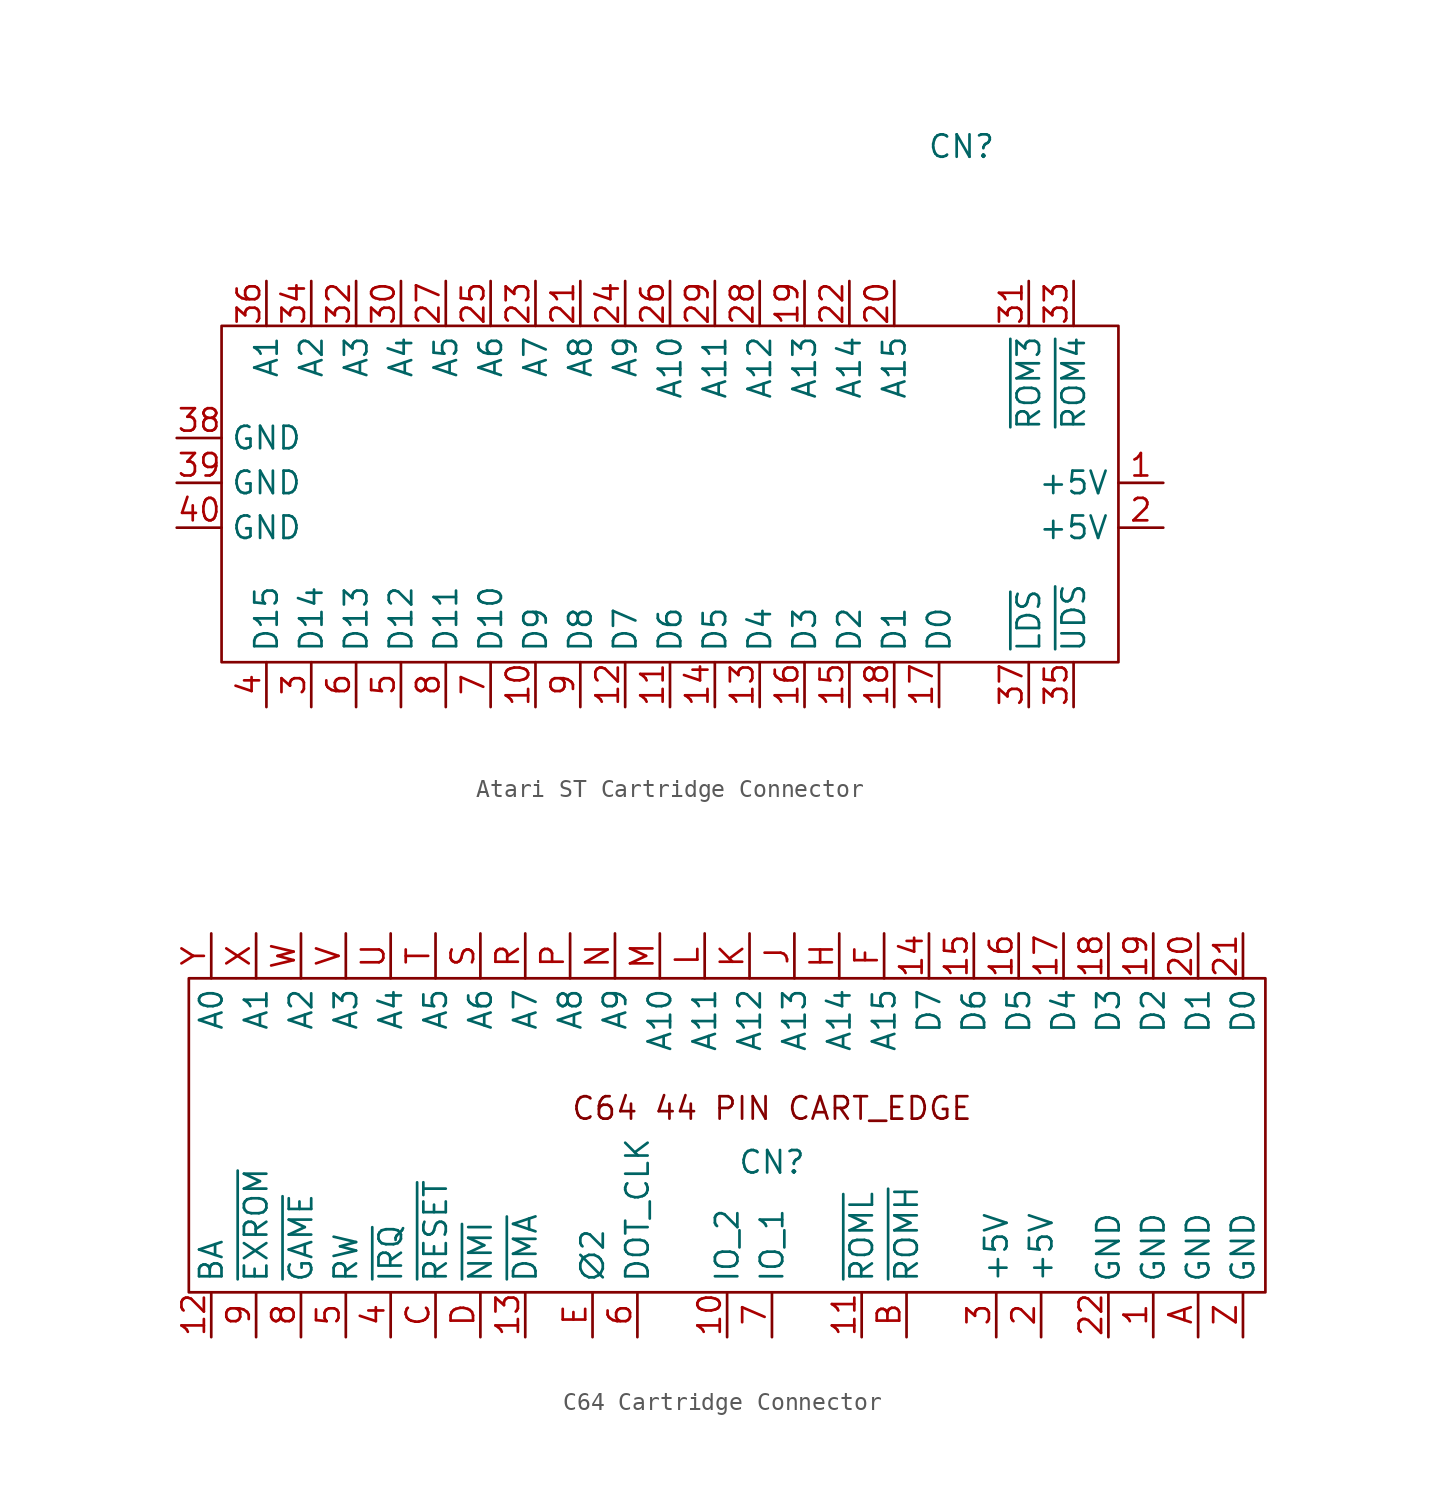
<source format=kicad_sym>
(kicad_symbol_lib
  (version 20241209)
  (generator "kicad_symbol_editor")
  (generator_version "9.0")
  (symbol "Atari ST Cartridge Connector"
    (property "Reference" "CN"
      (at 0 0 0)
      (effects (font (size 1.27 1.27))))
    (property "Value" ""
      (at 0 0 0)
      (effects (font (size 1.27 1.27))))
    (symbol "Atari ST Cartridge Connector_0_1"
      (rectangle (start -41.91 -10.16) (end 8.89 -29.21) (stroke (width 0) (type default)) (fill (type none))))
    (symbol "Atari ST Cartridge Connector_1_1"
      (pin power_out line (at -44.45 -16.51 0) (length 2.54) (name "GND" (effects (font (size 1.27 1.27)))) (number "38" (effects (font (size 1.27 1.27)))))
      (pin power_in line (at -44.45 -19.05 0) (length 2.54) (name "GND" (effects (font (size 1.27 1.27)))) (number "39" (effects (font (size 1.27 1.27)))))
      (pin power_in line (at -44.45 -21.59 0) (length 2.54) (name "GND" (effects (font (size 1.27 1.27)))) (number "40" (effects (font (size 1.27 1.27)))))
      (pin output line (at -39.37 -7.62 270) (length 2.54) (name "A1" (effects (font (size 1.27 1.27)))) (number "36" (effects (font (size 1.27 1.27)))))
      (pin input line (at -39.37 -31.75 90) (length 2.54) (name "D15" (effects (font (size 1.27 1.27)))) (number "4" (effects (font (size 1.27 1.27)))))
      (pin output line (at -36.83 -7.62 270) (length 2.54) (name "A2" (effects (font (size 1.27 1.27)))) (number "34" (effects (font (size 1.27 1.27)))))
      (pin input line (at -36.83 -31.75 90) (length 2.54) (name "D14" (effects (font (size 1.27 1.27)))) (number "3" (effects (font (size 1.27 1.27)))))
      (pin output line (at -34.29 -7.62 270) (length 2.54) (name "A3" (effects (font (size 1.27 1.27)))) (number "32" (effects (font (size 1.27 1.27)))))
      (pin input line (at -34.29 -31.75 90) (length 2.54) (name "D13" (effects (font (size 1.27 1.27)))) (number "6" (effects (font (size 1.27 1.27)))))
      (pin output line (at -31.75 -7.62 270) (length 2.54) (name "A4" (effects (font (size 1.27 1.27)))) (number "30" (effects (font (size 1.27 1.27)))))
      (pin input line (at -31.75 -31.75 90) (length 2.54) (name "D12" (effects (font (size 1.27 1.27)))) (number "5" (effects (font (size 1.27 1.27)))))
      (pin output line (at -29.21 -7.62 270) (length 2.54) (name "A5" (effects (font (size 1.27 1.27)))) (number "27" (effects (font (size 1.27 1.27)))))
      (pin input line (at -29.21 -31.75 90) (length 2.54) (name "D11" (effects (font (size 1.27 1.27)))) (number "8" (effects (font (size 1.27 1.27)))))
      (pin output line (at -26.67 -7.62 270) (length 2.54) (name "A6" (effects (font (size 1.27 1.27)))) (number "25" (effects (font (size 1.27 1.27)))))
      (pin input line (at -26.67 -31.75 90) (length 2.54) (name "D10" (effects (font (size 1.27 1.27)))) (number "7" (effects (font (size 1.27 1.27)))))
      (pin output line (at -24.13 -7.62 270) (length 2.54) (name "A7" (effects (font (size 1.27 1.27)))) (number "23" (effects (font (size 1.27 1.27)))))
      (pin input line (at -24.13 -31.75 90) (length 2.54) (name "D9" (effects (font (size 1.27 1.27)))) (number "10" (effects (font (size 1.27 1.27)))))
      (pin output line (at -21.59 -7.62 270) (length 2.54) (name "A8" (effects (font (size 1.27 1.27)))) (number "21" (effects (font (size 1.27 1.27)))))
      (pin input line (at -21.59 -31.75 90) (length 2.54) (name "D8" (effects (font (size 1.27 1.27)))) (number "9" (effects (font (size 1.27 1.27)))))
      (pin output line (at -19.05 -7.62 270) (length 2.54) (name "A9" (effects (font (size 1.27 1.27)))) (number "24" (effects (font (size 1.27 1.27)))))
      (pin input line (at -19.05 -31.75 90) (length 2.54) (name "D7" (effects (font (size 1.27 1.27)))) (number "12" (effects (font (size 1.27 1.27)))))
      (pin output line (at -16.51 -7.62 270) (length 2.54) (name "A10" (effects (font (size 1.27 1.27)))) (number "26" (effects (font (size 1.27 1.27)))))
      (pin input line (at -16.51 -31.75 90) (length 2.54) (name "D6" (effects (font (size 1.27 1.27)))) (number "11" (effects (font (size 1.27 1.27)))))
      (pin output line (at -13.97 -7.62 270) (length 2.54) (name "A11" (effects (font (size 1.27 1.27)))) (number "29" (effects (font (size 1.27 1.27)))))
      (pin input line (at -13.97 -31.75 90) (length 2.54) (name "D5" (effects (font (size 1.27 1.27)))) (number "14" (effects (font (size 1.27 1.27)))))
      (pin output line (at -11.43 -7.62 270) (length 2.54) (name "A12" (effects (font (size 1.27 1.27)))) (number "28" (effects (font (size 1.27 1.27)))))
      (pin input line (at -11.43 -31.75 90) (length 2.54) (name "D4" (effects (font (size 1.27 1.27)))) (number "13" (effects (font (size 1.27 1.27)))))
      (pin output line (at -8.89 -7.62 270) (length 2.54) (name "A13" (effects (font (size 1.27 1.27)))) (number "19" (effects (font (size 1.27 1.27)))))
      (pin input line (at -8.89 -31.75 90) (length 2.54) (name "D3" (effects (font (size 1.27 1.27)))) (number "16" (effects (font (size 1.27 1.27)))))
      (pin output line (at -6.35 -7.62 270) (length 2.54) (name "A14" (effects (font (size 1.27 1.27)))) (number "22" (effects (font (size 1.27 1.27)))))
      (pin input line (at -6.35 -31.75 90) (length 2.54) (name "D2" (effects (font (size 1.27 1.27)))) (number "15" (effects (font (size 1.27 1.27)))))
      (pin output line (at -3.81 -7.62 270) (length 2.54) (name "A15" (effects (font (size 1.27 1.27)))) (number "20" (effects (font (size 1.27 1.27)))))
      (pin input line (at -3.81 -31.75 90) (length 2.54) (name "D1" (effects (font (size 1.27 1.27)))) (number "18" (effects (font (size 1.27 1.27)))))
      (pin input line (at -1.27 -31.75 90) (length 2.54) (name "D0" (effects (font (size 1.27 1.27)))) (number "17" (effects (font (size 1.27 1.27)))))
      (pin output line (at 3.81 -7.62 270) (length 2.54) (name "~{ROM3}" (effects (font (size 1.27 1.27)))) (number "31" (effects (font (size 1.27 1.27)))))
      (pin output line (at 3.81 -31.75 90) (length 2.54) (name "~{LDS}" (effects (font (size 1.27 1.27)))) (number "37" (effects (font (size 1.27 1.27)))))
      (pin output line (at 6.35 -7.62 270) (length 2.54) (name "~{ROM4}" (effects (font (size 1.27 1.27)))) (number "33" (effects (font (size 1.27 1.27)))))
      (pin output line (at 6.35 -31.75 90) (length 2.54) (name "~{UDS}" (effects (font (size 1.27 1.27)))) (number "35" (effects (font (size 1.27 1.27)))))
      (pin power_out line (at 11.43 -19.05 180) (length 2.54) (name "+5V" (effects (font (size 1.27 1.27)))) (number "1" (effects (font (size 1.27 1.27)))))
      (pin power_in line (at 11.43 -21.59 180) (length 2.54) (name "+5V" (effects (font (size 1.27 1.27)))) (number "2" (effects (font (size 1.27 1.27)))))))
  (symbol "C64 Cartridge Connector"
    (property "Reference" "CN"
      (at 0 -0.254 0)
      (effects (font (size 1.27 1.27))))
    (property "Value" ""
      (at 10.16 -2.54 0)
      (effects (font (size 1.27 1.27))))
    (symbol "C64 Cartridge Connector_0_1"
      (rectangle (start -33.02 10.16) (end 27.94 -7.62) (stroke (width 0) (type default)) (fill (type none))))
    (symbol "C64 Cartridge Connector_1_1"
      (text "C64 44 PIN CART_EDGE" (at 0 2.794 0) (effects (font (size 1.27 1.27))))
      (pin bidirectional line (at -31.75 12.7 270) (length 2.54) (name "A0" (effects (font (size 1.27 1.27)))) (number "Y" (effects (font (size 1.27 1.27)))))
      (pin output line (at -31.75 -10.16 90) (length 2.54) (name "BA" (effects (font (size 1.27 1.27)))) (number "12" (effects (font (size 1.27 1.27)))))
      (pin bidirectional line (at -29.21 12.7 270) (length 2.54) (name "A1" (effects (font (size 1.27 1.27)))) (number "X" (effects (font (size 1.27 1.27)))))
      (pin input line (at -29.21 -10.16 90) (length 2.54) (name "~{EXROM}" (effects (font (size 1.27 1.27)))) (number "9" (effects (font (size 1.27 1.27)))))
      (pin bidirectional line (at -26.67 12.7 270) (length 2.54) (name "A2" (effects (font (size 1.27 1.27)))) (number "W" (effects (font (size 1.27 1.27)))))
      (pin input line (at -26.67 -10.16 90) (length 2.54) (name "~{GAME}" (effects (font (size 1.27 1.27)))) (number "8" (effects (font (size 1.27 1.27)))))
      (pin bidirectional line (at -24.13 12.7 270) (length 2.54) (name "A3" (effects (font (size 1.27 1.27)))) (number "V" (effects (font (size 1.27 1.27)))))
      (pin bidirectional line (at -24.13 -10.16 90) (length 2.54) (name "RW" (effects (font (size 1.27 1.27)))) (number "5" (effects (font (size 1.27 1.27)))))
      (pin bidirectional line (at -21.59 12.7 270) (length 2.54) (name "A4" (effects (font (size 1.27 1.27)))) (number "U" (effects (font (size 1.27 1.27)))))
      (pin input line (at -21.59 -10.16 90) (length 2.54) (name "~{IRQ}" (effects (font (size 1.27 1.27)))) (number "4" (effects (font (size 1.27 1.27)))))
      (pin bidirectional line (at -19.05 12.7 270) (length 2.54) (name "A5" (effects (font (size 1.27 1.27)))) (number "T" (effects (font (size 1.27 1.27)))))
      (pin input line (at -19.05 -10.16 90) (length 2.54) (name "~{RESET}" (effects (font (size 1.27 1.27)))) (number "C" (effects (font (size 1.27 1.27)))))
      (pin bidirectional line (at -16.51 12.7 270) (length 2.54) (name "A6" (effects (font (size 1.27 1.27)))) (number "S" (effects (font (size 1.27 1.27)))))
      (pin output line (at -16.51 -10.16 90) (length 2.54) (name "~{NMI}" (effects (font (size 1.27 1.27)))) (number "D" (effects (font (size 1.27 1.27)))))
      (pin bidirectional line (at -13.97 12.7 270) (length 2.54) (name "A7" (effects (font (size 1.27 1.27)))) (number "R" (effects (font (size 1.27 1.27)))))
      (pin input line (at -13.97 -10.16 90) (length 2.54) (name "~{DMA}" (effects (font (size 1.27 1.27)))) (number "13" (effects (font (size 1.27 1.27)))))
      (pin bidirectional line (at -11.43 12.7 270) (length 2.54) (name "A8" (effects (font (size 1.27 1.27)))) (number "P" (effects (font (size 1.27 1.27)))))
      (pin output line (at -10.16 -10.16 90) (length 2.54) (name "∅2" (effects (font (size 1.27 1.27)))) (number "E" (effects (font (size 1.27 1.27)))))
      (pin bidirectional line (at -8.89 12.7 270) (length 2.54) (name "A9" (effects (font (size 1.27 1.27)))) (number "N" (effects (font (size 1.27 1.27)))))
      (pin output line (at -7.62 -10.16 90) (length 2.54) (name "DOT_CLK" (effects (font (size 1.27 1.27)))) (number "6" (effects (font (size 1.27 1.27)))))
      (pin bidirectional line (at -6.35 12.7 270) (length 2.54) (name "A10" (effects (font (size 1.27 1.27)))) (number "M" (effects (font (size 1.27 1.27)))))
      (pin bidirectional line (at -3.81 12.7 270) (length 2.54) (name "A11" (effects (font (size 1.27 1.27)))) (number "L" (effects (font (size 1.27 1.27)))))
      (pin bidirectional line (at -2.54 -10.16 90) (length 2.54) (name "IO_2" (effects (font (size 1.27 1.27)))) (number "10" (effects (font (size 1.27 1.27)))))
      (pin bidirectional line (at -1.27 12.7 270) (length 2.54) (name "A12" (effects (font (size 1.27 1.27)))) (number "K" (effects (font (size 1.27 1.27)))))
      (pin bidirectional line (at 0 -10.16 90) (length 2.54) (name "IO_1" (effects (font (size 1.27 1.27)))) (number "7" (effects (font (size 1.27 1.27)))))
      (pin bidirectional line (at 1.27 12.7 270) (length 2.54) (name "A13" (effects (font (size 1.27 1.27)))) (number "J" (effects (font (size 1.27 1.27)))))
      (pin bidirectional line (at 3.81 12.7 270) (length 2.54) (name "A14" (effects (font (size 1.27 1.27)))) (number "H" (effects (font (size 1.27 1.27)))))
      (pin output line (at 5.08 -10.16 90) (length 2.54) (name "~{ROML}" (effects (font (size 1.27 1.27)))) (number "11" (effects (font (size 1.27 1.27)))))
      (pin bidirectional line (at 6.35 12.7 270) (length 2.54) (name "A15" (effects (font (size 1.27 1.27)))) (number "F" (effects (font (size 1.27 1.27)))))
      (pin output line (at 7.62 -10.16 90) (length 2.54) (name "~{ROMH}" (effects (font (size 1.27 1.27)))) (number "B" (effects (font (size 1.27 1.27)))))
      (pin bidirectional line (at 8.89 12.7 270) (length 2.54) (name "D7" (effects (font (size 1.27 1.27)))) (number "14" (effects (font (size 1.27 1.27)))))
      (pin bidirectional line (at 11.43 12.7 270) (length 2.54) (name "D6" (effects (font (size 1.27 1.27)))) (number "15" (effects (font (size 1.27 1.27)))))
      (pin power_out line (at 12.7 -10.16 90) (length 2.54) (name "+5V" (effects (font (size 1.27 1.27)))) (number "3" (effects (font (size 1.27 1.27)))))
      (pin bidirectional line (at 13.97 12.7 270) (length 2.54) (name "D5" (effects (font (size 1.27 1.27)))) (number "16" (effects (font (size 1.27 1.27)))))
      (pin power_in line (at 15.24 -10.16 90) (length 2.54) (name "+5V" (effects (font (size 1.27 1.27)))) (number "2" (effects (font (size 1.27 1.27)))))
      (pin bidirectional line (at 16.51 12.7 270) (length 2.54) (name "D4" (effects (font (size 1.27 1.27)))) (number "17" (effects (font (size 1.27 1.27)))))
      (pin bidirectional line (at 19.05 12.7 270) (length 2.54) (name "D3" (effects (font (size 1.27 1.27)))) (number "18" (effects (font (size 1.27 1.27)))))
      (pin power_out line (at 19.05 -10.16 90) (length 2.54) (name "GND" (effects (font (size 1.27 1.27)))) (number "22" (effects (font (size 1.27 1.27)))))
      (pin bidirectional line (at 21.59 12.7 270) (length 2.54) (name "D2" (effects (font (size 1.27 1.27)))) (number "19" (effects (font (size 1.27 1.27)))))
      (pin power_in line (at 21.59 -10.16 90) (length 2.54) (name "GND" (effects (font (size 1.27 1.27)))) (number "1" (effects (font (size 1.27 1.27)))))
      (pin bidirectional line (at 24.13 12.7 270) (length 2.54) (name "D1" (effects (font (size 1.27 1.27)))) (number "20" (effects (font (size 1.27 1.27)))))
      (pin power_in line (at 24.13 -10.16 90) (length 2.54) (name "GND" (effects (font (size 1.27 1.27)))) (number "A" (effects (font (size 1.27 1.27)))))
      (pin bidirectional line (at 26.67 12.7 270) (length 2.54) (name "D0" (effects (font (size 1.27 1.27)))) (number "21" (effects (font (size 1.27 1.27)))))
      (pin power_in line (at 26.67 -10.16 90) (length 2.54) (name "GND" (effects (font (size 1.27 1.27)))) (number "Z" (effects (font (size 1.27 1.27))))))))
</source>
